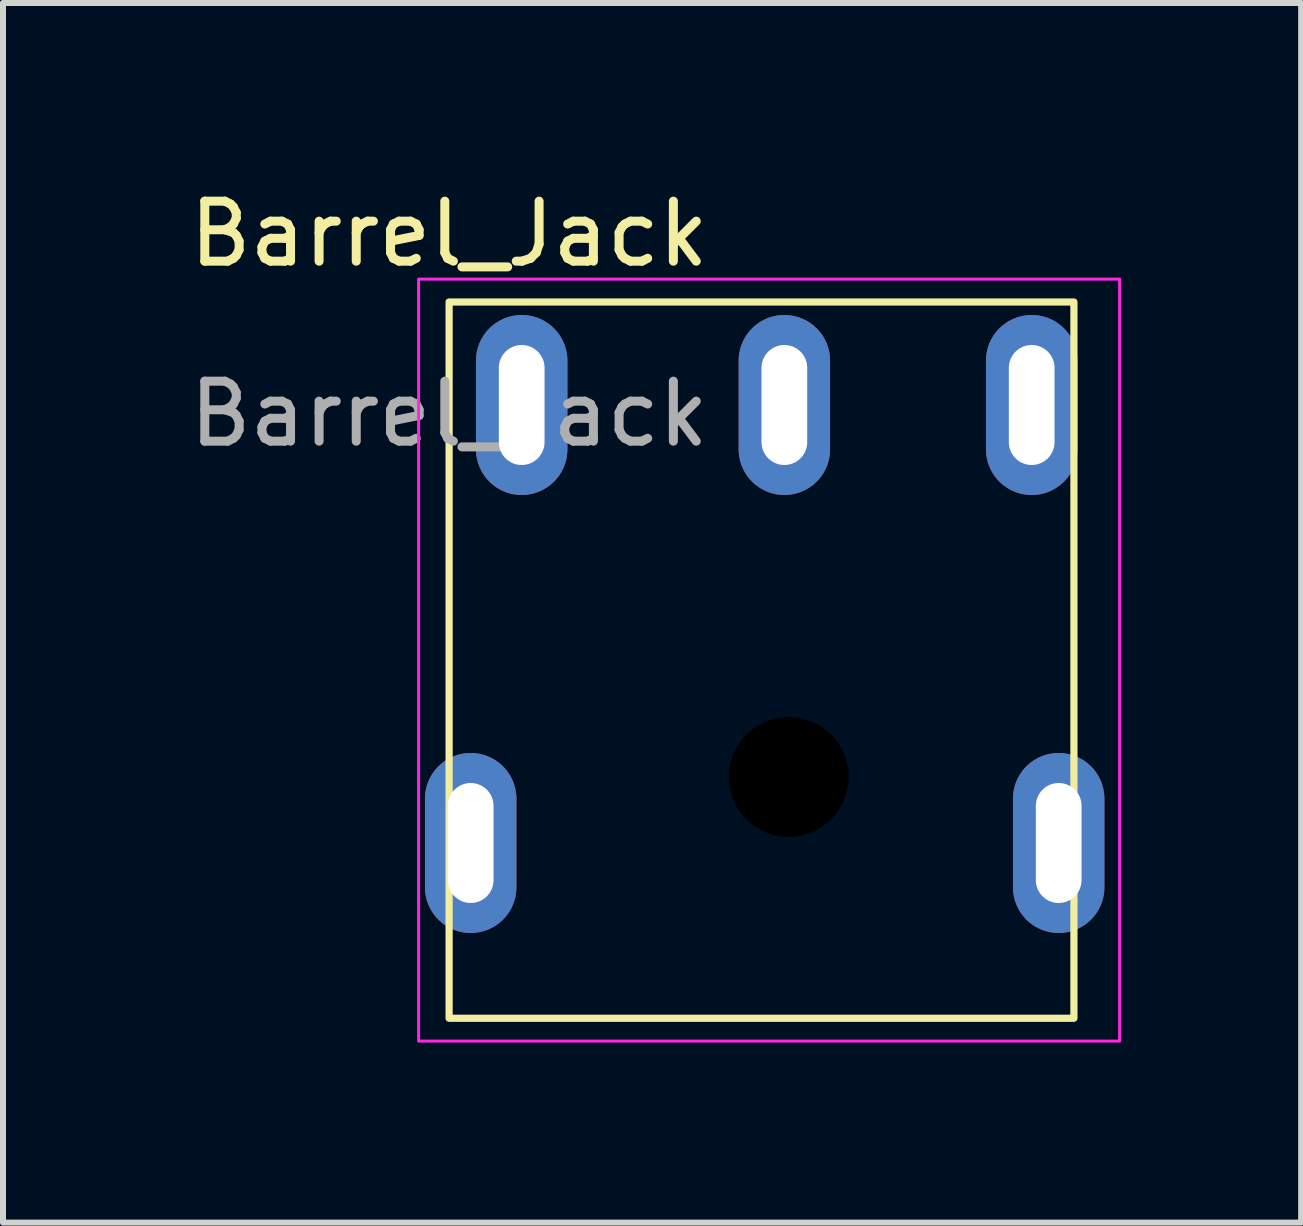
<source format=kicad_pcb>
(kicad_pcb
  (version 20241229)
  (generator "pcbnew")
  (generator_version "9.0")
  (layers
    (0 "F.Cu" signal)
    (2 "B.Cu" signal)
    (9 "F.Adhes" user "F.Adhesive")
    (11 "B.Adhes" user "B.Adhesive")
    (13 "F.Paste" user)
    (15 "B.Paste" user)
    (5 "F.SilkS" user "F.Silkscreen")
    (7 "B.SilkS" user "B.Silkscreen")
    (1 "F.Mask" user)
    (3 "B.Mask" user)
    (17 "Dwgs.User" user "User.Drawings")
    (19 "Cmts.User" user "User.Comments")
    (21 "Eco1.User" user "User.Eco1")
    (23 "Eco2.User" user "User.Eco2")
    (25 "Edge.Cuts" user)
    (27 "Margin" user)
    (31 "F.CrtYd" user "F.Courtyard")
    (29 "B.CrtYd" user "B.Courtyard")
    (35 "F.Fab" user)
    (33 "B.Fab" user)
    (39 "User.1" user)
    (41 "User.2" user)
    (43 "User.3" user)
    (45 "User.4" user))
  (footprint "Barrel_Jack"
    (layer "F.Cu")
    (at 4.435 1.856)
    (property "Reference" "Barrel_Jack" (at 0 -1.008 0) (unlocked yes) (layer "F.SilkS") (effects (font (size 1 1) (thickness 0.15))))
    (attr through_hole)
    (fp_rect (start 0 0.127) (end 10.414 12.065) (stroke (width 0.12) (type solid)) (fill no) (layer "F.SilkS"))
    (fp_rect (start -0.508 -0.254) (end 11.176 12.446) (stroke (width 0.05) (type solid)) (fill no) (layer "F.CrtYd"))
    (fp_text user "${REFERENCE}" (at 0 1.992 0) (unlocked yes) (layer "F.Fab") (effects (font (size 1 1) (thickness 0.15))))
    (pad "" np_thru_hole circle (at 5.66 8.044) (size 2 2) (drill 2.2) (layers "*.Mask"))
    (pad "1" thru_hole oval (at 9.71 1.844) (size 1.524 3) (drill oval 0.762 2) (layers "*.Cu" "*.Mask"))
    (pad "2" thru_hole oval (at 0.36 9.144) (size 1.524 3) (drill oval 0.762 2) (layers "*.Cu" "*.Mask"))
    (pad "2" thru_hole oval (at 10.16 9.144) (size 1.524 3) (drill oval 0.762 2) (layers "*.Cu" "*.Mask"))
    (pad "MP" thru_hole oval (at 1.21 1.844) (size 1.524 3) (drill oval 0.762 2) (layers "*.Cu" "*.Mask"))
    (pad "MP" thru_hole oval (at 5.588 1.844) (size 1.524 3) (drill oval 0.762 2) (layers "*.Cu" "*.Mask")))
  (gr_rect
    (start -3 -3)
    (end 18.636 17.327)
    (stroke (width 0.1) (type default))
    (fill no)
    (layer "Edge.Cuts")))
</source>
